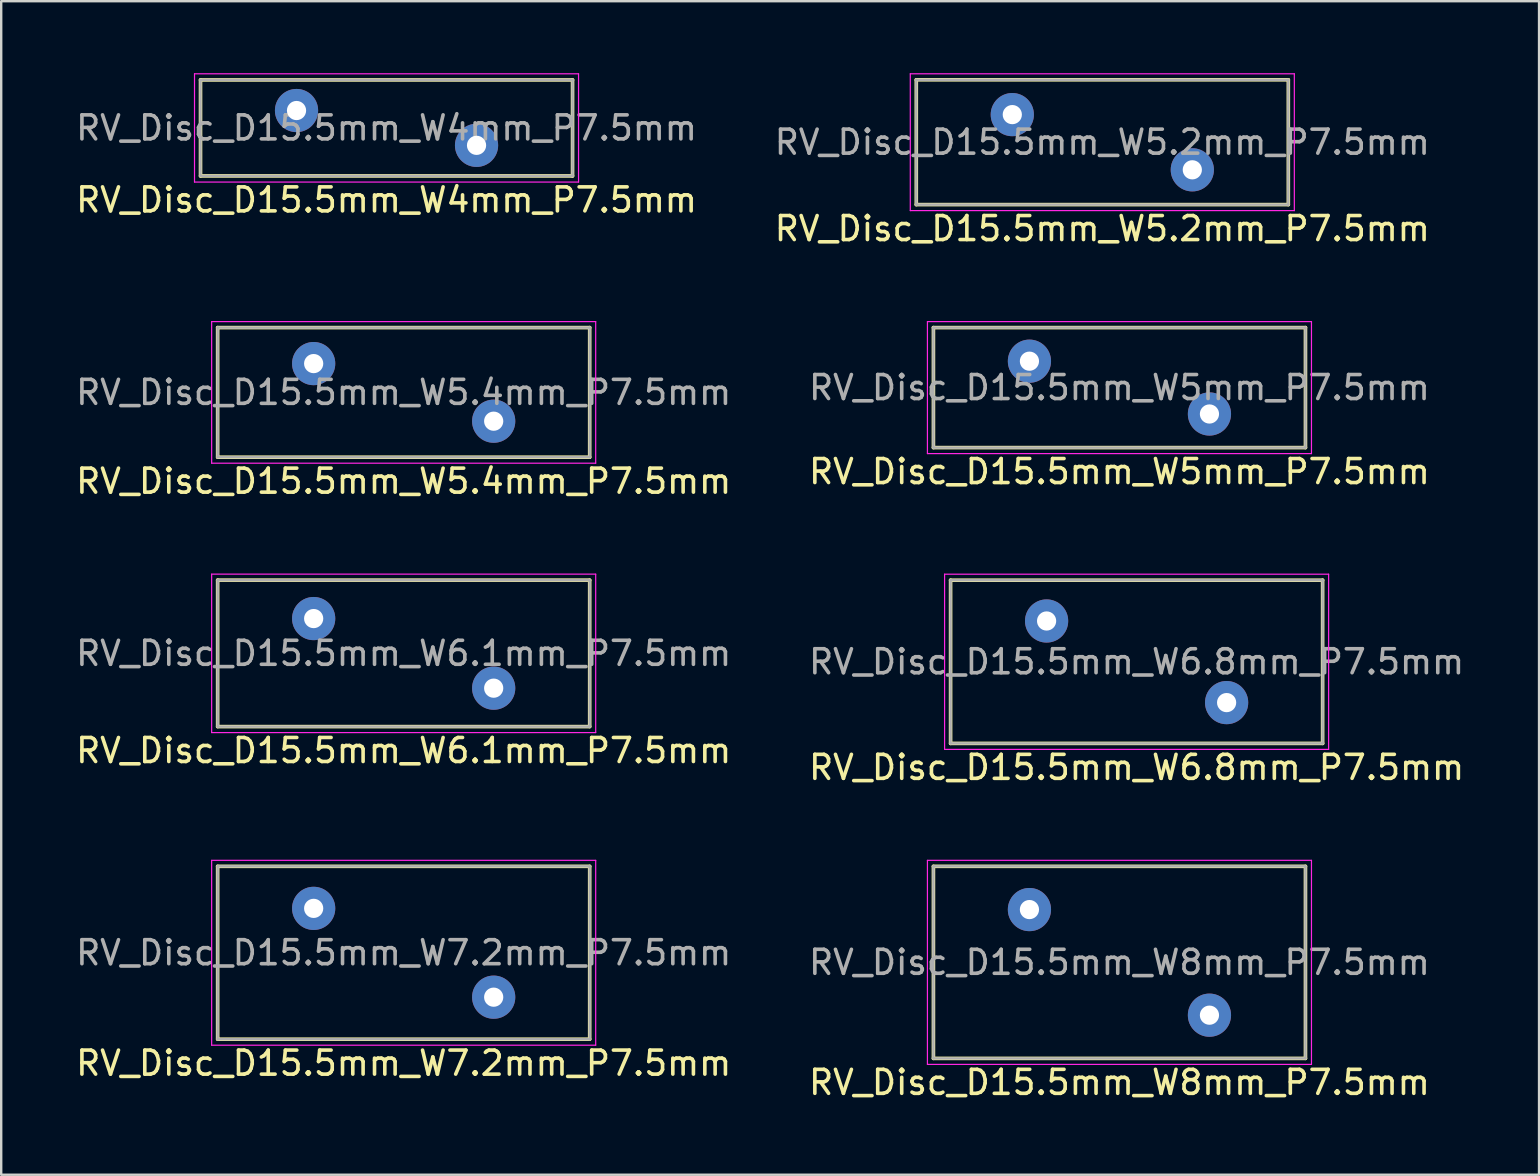
<source format=kicad_pcb>
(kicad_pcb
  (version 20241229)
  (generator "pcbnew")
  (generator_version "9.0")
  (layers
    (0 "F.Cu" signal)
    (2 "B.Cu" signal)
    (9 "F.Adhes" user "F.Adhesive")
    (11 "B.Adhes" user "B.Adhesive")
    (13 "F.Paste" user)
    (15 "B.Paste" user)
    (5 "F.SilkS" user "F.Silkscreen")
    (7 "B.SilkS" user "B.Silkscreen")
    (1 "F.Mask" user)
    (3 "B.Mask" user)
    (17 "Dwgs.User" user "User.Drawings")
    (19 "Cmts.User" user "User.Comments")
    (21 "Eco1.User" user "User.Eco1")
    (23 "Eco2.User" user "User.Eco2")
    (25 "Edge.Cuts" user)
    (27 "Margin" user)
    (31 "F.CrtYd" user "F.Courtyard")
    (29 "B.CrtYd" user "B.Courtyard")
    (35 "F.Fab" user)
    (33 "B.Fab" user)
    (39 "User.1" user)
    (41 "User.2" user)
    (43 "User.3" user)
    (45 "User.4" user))
  (footprint "RV_Disc_D15.5mm_W6.1mm_P7.5mm"
    (layer "F.Cu")
    (at 10.018 22.721)
    (property "Reference" "RV_Disc_D15.5mm_W6.1mm_P7.5mm" (at 3.75 5.5 0) (layer "F.SilkS") (effects (font (size 1 1) (thickness 0.15))))
    (attr through_hole)
    (fp_line (start -4 -1.6) (end -4 4.5) (stroke (width 0.15) (type solid)) (layer "F.SilkS"))
    (fp_line (start -4 -1.6) (end 11.5 -1.6) (stroke (width 0.15) (type solid)) (layer "F.SilkS"))
    (fp_line (start -4 4.5) (end 11.5 4.5) (stroke (width 0.15) (type solid)) (layer "F.SilkS"))
    (fp_line (start 11.5 -1.6) (end 11.5 4.5) (stroke (width 0.15) (type solid)) (layer "F.SilkS"))
    (fp_line (start -4.25 -1.85) (end -4.25 4.75) (stroke (width 0.05) (type solid)) (layer "F.CrtYd"))
    (fp_line (start -4.25 -1.85) (end 11.75 -1.85) (stroke (width 0.05) (type solid)) (layer "F.CrtYd"))
    (fp_line (start -4.25 4.75) (end 11.75 4.75) (stroke (width 0.05) (type solid)) (layer "F.CrtYd"))
    (fp_line (start 11.75 -1.85) (end 11.75 4.75) (stroke (width 0.05) (type solid)) (layer "F.CrtYd"))
    (fp_line (start -4 -1.6) (end -4 4.5) (stroke (width 0.1) (type solid)) (layer "F.Fab"))
    (fp_line (start -4 -1.6) (end 11.5 -1.6) (stroke (width 0.1) (type solid)) (layer "F.Fab"))
    (fp_line (start -4 4.5) (end 11.5 4.5) (stroke (width 0.1) (type solid)) (layer "F.Fab"))
    (fp_line (start 11.5 -1.6) (end 11.5 4.5) (stroke (width 0.1) (type solid)) (layer "F.Fab"))
    (fp_text user "${REFERENCE}" (at 3.75 1.45 0) (layer "F.Fab") (effects (font (size 1 1) (thickness 0.15))))
    (pad "1" thru_hole circle (at 0 0) (size 1.8 1.8) (drill 0.8) (layers "*.Cu" "*.Mask"))
    (pad "2" thru_hole circle (at 7.5 2.9) (size 1.8 1.8) (drill 0.8) (layers "*.Cu" "*.Mask")))
  (footprint "RV_Disc_D15.5mm_W7.2mm_P7.5mm"
    (layer "F.Cu")
    (at 10.018 34.795)
    (property "Reference" "RV_Disc_D15.5mm_W7.2mm_P7.5mm" (at 3.75 6.45 0) (layer "F.SilkS") (effects (font (size 1 1) (thickness 0.15))))
    (attr through_hole)
    (fp_line (start -4 -1.75) (end -4 5.45) (stroke (width 0.15) (type solid)) (layer "F.SilkS"))
    (fp_line (start -4 -1.75) (end 11.5 -1.75) (stroke (width 0.15) (type solid)) (layer "F.SilkS"))
    (fp_line (start -4 5.45) (end 11.5 5.45) (stroke (width 0.15) (type solid)) (layer "F.SilkS"))
    (fp_line (start 11.5 -1.75) (end 11.5 5.45) (stroke (width 0.15) (type solid)) (layer "F.SilkS"))
    (fp_line (start -4.25 -2) (end -4.25 5.7) (stroke (width 0.05) (type solid)) (layer "F.CrtYd"))
    (fp_line (start -4.25 -2) (end 11.75 -2) (stroke (width 0.05) (type solid)) (layer "F.CrtYd"))
    (fp_line (start -4.25 5.7) (end 11.75 5.7) (stroke (width 0.05) (type solid)) (layer "F.CrtYd"))
    (fp_line (start 11.75 -2) (end 11.75 5.7) (stroke (width 0.05) (type solid)) (layer "F.CrtYd"))
    (fp_line (start -4 -1.75) (end -4 5.45) (stroke (width 0.1) (type solid)) (layer "F.Fab"))
    (fp_line (start -4 -1.75) (end 11.5 -1.75) (stroke (width 0.1) (type solid)) (layer "F.Fab"))
    (fp_line (start -4 5.45) (end 11.5 5.45) (stroke (width 0.1) (type solid)) (layer "F.Fab"))
    (fp_line (start 11.5 -1.75) (end 11.5 5.45) (stroke (width 0.1) (type solid)) (layer "F.Fab"))
    (fp_text user "${REFERENCE}" (at 3.75 1.85 0) (layer "F.Fab") (effects (font (size 1 1) (thickness 0.15))))
    (pad "1" thru_hole circle (at 0 0) (size 1.8 1.8) (drill 0.8) (layers "*.Cu" "*.Mask"))
    (pad "2" thru_hole circle (at 7.5 3.7) (size 1.8 1.8) (drill 0.8) (layers "*.Cu" "*.Mask")))
  (footprint "RV_Disc_D15.5mm_W5.2mm_P7.5mm"
    (layer "F.Cu")
    (at 39.125 1.725)
    (property "Reference" "RV_Disc_D15.5mm_W5.2mm_P7.5mm" (at 3.75 4.75 0) (layer "F.SilkS") (effects (font (size 1 1) (thickness 0.15))))
    (attr through_hole)
    (fp_line (start -4 -1.45) (end -4 3.75) (stroke (width 0.15) (type solid)) (layer "F.SilkS"))
    (fp_line (start -4 -1.45) (end 11.5 -1.45) (stroke (width 0.15) (type solid)) (layer "F.SilkS"))
    (fp_line (start -4 3.75) (end 11.5 3.75) (stroke (width 0.15) (type solid)) (layer "F.SilkS"))
    (fp_line (start 11.5 -1.45) (end 11.5 3.75) (stroke (width 0.15) (type solid)) (layer "F.SilkS"))
    (fp_line (start -4.25 -1.7) (end -4.25 4) (stroke (width 0.05) (type solid)) (layer "F.CrtYd"))
    (fp_line (start -4.25 -1.7) (end 11.75 -1.7) (stroke (width 0.05) (type solid)) (layer "F.CrtYd"))
    (fp_line (start -4.25 4) (end 11.75 4) (stroke (width 0.05) (type solid)) (layer "F.CrtYd"))
    (fp_line (start 11.75 -1.7) (end 11.75 4) (stroke (width 0.05) (type solid)) (layer "F.CrtYd"))
    (fp_line (start -4 -1.45) (end -4 3.75) (stroke (width 0.1) (type solid)) (layer "F.Fab"))
    (fp_line (start -4 -1.45) (end 11.5 -1.45) (stroke (width 0.1) (type solid)) (layer "F.Fab"))
    (fp_line (start -4 3.75) (end 11.5 3.75) (stroke (width 0.1) (type solid)) (layer "F.Fab"))
    (fp_line (start 11.5 -1.45) (end 11.5 3.75) (stroke (width 0.1) (type solid)) (layer "F.Fab"))
    (fp_text user "${REFERENCE}" (at 3.75 1.15 0) (layer "F.Fab") (effects (font (size 1 1) (thickness 0.15))))
    (pad "1" thru_hole circle (at 0 0) (size 1.8 1.8) (drill 0.8) (layers "*.Cu" "*.Mask"))
    (pad "2" thru_hole circle (at 7.5 2.3) (size 1.8 1.8) (drill 0.8) (layers "*.Cu" "*.Mask")))
  (footprint "RV_Disc_D15.5mm_W6.8mm_P7.5mm"
    (layer "F.Cu")
    (at 40.554 22.822)
    (property "Reference" "RV_Disc_D15.5mm_W6.8mm_P7.5mm" (at 3.75 6.1 0) (layer "F.SilkS") (effects (font (size 1 1) (thickness 0.15))))
    (attr through_hole)
    (fp_line (start -4 -1.7) (end -4 5.1) (stroke (width 0.15) (type solid)) (layer "F.SilkS"))
    (fp_line (start -4 -1.7) (end 11.5 -1.7) (stroke (width 0.15) (type solid)) (layer "F.SilkS"))
    (fp_line (start -4 5.1) (end 11.5 5.1) (stroke (width 0.15) (type solid)) (layer "F.SilkS"))
    (fp_line (start 11.5 -1.7) (end 11.5 5.1) (stroke (width 0.15) (type solid)) (layer "F.SilkS"))
    (fp_line (start -4.25 -1.95) (end -4.25 5.35) (stroke (width 0.05) (type solid)) (layer "F.CrtYd"))
    (fp_line (start -4.25 -1.95) (end 11.75 -1.95) (stroke (width 0.05) (type solid)) (layer "F.CrtYd"))
    (fp_line (start -4.25 5.35) (end 11.75 5.35) (stroke (width 0.05) (type solid)) (layer "F.CrtYd"))
    (fp_line (start 11.75 -1.95) (end 11.75 5.35) (stroke (width 0.05) (type solid)) (layer "F.CrtYd"))
    (fp_line (start -4 -1.7) (end -4 5.1) (stroke (width 0.1) (type solid)) (layer "F.Fab"))
    (fp_line (start -4 -1.7) (end 11.5 -1.7) (stroke (width 0.1) (type solid)) (layer "F.Fab"))
    (fp_line (start -4 5.1) (end 11.5 5.1) (stroke (width 0.1) (type solid)) (layer "F.Fab"))
    (fp_line (start 11.5 -1.7) (end 11.5 5.1) (stroke (width 0.1) (type solid)) (layer "F.Fab"))
    (fp_text user "${REFERENCE}" (at 3.75 1.7 0) (layer "F.Fab") (effects (font (size 1 1) (thickness 0.15))))
    (pad "1" thru_hole circle (at 0 0) (size 1.8 1.8) (drill 0.8) (layers "*.Cu" "*.Mask"))
    (pad "2" thru_hole circle (at 7.5 3.4) (size 1.8 1.8) (drill 0.8) (layers "*.Cu" "*.Mask")))
  (footprint "RV_Disc_D15.5mm_W4mm_P7.5mm"
    (layer "F.Cu")
    (at 9.304 1.555)
    (property "Reference" "RV_Disc_D15.5mm_W4mm_P7.5mm" (at 3.75 3.725 0) (layer "F.SilkS") (effects (font (size 1 1) (thickness 0.15))))
    (attr through_hole)
    (fp_line (start -4 -1.275) (end -4 2.725) (stroke (width 0.15) (type solid)) (layer "F.SilkS"))
    (fp_line (start -4 -1.275) (end 11.5 -1.275) (stroke (width 0.15) (type solid)) (layer "F.SilkS"))
    (fp_line (start -4 2.725) (end 11.5 2.725) (stroke (width 0.15) (type solid)) (layer "F.SilkS"))
    (fp_line (start 11.5 -1.275) (end 11.5 2.725) (stroke (width 0.15) (type solid)) (layer "F.SilkS"))
    (fp_line (start -4.25 -1.53) (end -4.25 2.98) (stroke (width 0.05) (type solid)) (layer "F.CrtYd"))
    (fp_line (start -4.25 -1.53) (end 11.75 -1.53) (stroke (width 0.05) (type solid)) (layer "F.CrtYd"))
    (fp_line (start -4.25 2.98) (end 11.75 2.98) (stroke (width 0.05) (type solid)) (layer "F.CrtYd"))
    (fp_line (start 11.75 -1.53) (end 11.75 2.98) (stroke (width 0.05) (type solid)) (layer "F.CrtYd"))
    (fp_line (start -4 -1.275) (end -4 2.725) (stroke (width 0.1) (type solid)) (layer "F.Fab"))
    (fp_line (start -4 -1.275) (end 11.5 -1.275) (stroke (width 0.1) (type solid)) (layer "F.Fab"))
    (fp_line (start -4 2.725) (end 11.5 2.725) (stroke (width 0.1) (type solid)) (layer "F.Fab"))
    (fp_line (start 11.5 -1.275) (end 11.5 2.725) (stroke (width 0.1) (type solid)) (layer "F.Fab"))
    (fp_text user "${REFERENCE}" (at 3.75 0.725 0) (layer "F.Fab") (effects (font (size 1 1) (thickness 0.15))))
    (pad "1" thru_hole circle (at 0 0) (size 1.8 1.8) (drill 0.8) (layers "*.Cu" "*.Mask"))
    (pad "2" thru_hole circle (at 7.5 1.45) (size 1.8 1.8) (drill 0.8) (layers "*.Cu" "*.Mask")))
  (footprint "RV_Disc_D15.5mm_W8mm_P7.5mm"
    (layer "F.Cu")
    (at 39.839 34.845)
    (property "Reference" "RV_Disc_D15.5mm_W8mm_P7.5mm" (at 3.75 7.2 0) (layer "F.SilkS") (effects (font (size 1 1) (thickness 0.15))))
    (attr through_hole)
    (fp_line (start -4 -1.8) (end -4 6.2) (stroke (width 0.15) (type solid)) (layer "F.SilkS"))
    (fp_line (start -4 -1.8) (end 11.5 -1.8) (stroke (width 0.15) (type solid)) (layer "F.SilkS"))
    (fp_line (start -4 6.2) (end 11.5 6.2) (stroke (width 0.15) (type solid)) (layer "F.SilkS"))
    (fp_line (start 11.5 -1.8) (end 11.5 6.2) (stroke (width 0.15) (type solid)) (layer "F.SilkS"))
    (fp_line (start -4.25 -2.05) (end -4.25 6.45) (stroke (width 0.05) (type solid)) (layer "F.CrtYd"))
    (fp_line (start -4.25 -2.05) (end 11.75 -2.05) (stroke (width 0.05) (type solid)) (layer "F.CrtYd"))
    (fp_line (start -4.25 6.45) (end 11.75 6.45) (stroke (width 0.05) (type solid)) (layer "F.CrtYd"))
    (fp_line (start 11.75 -2.05) (end 11.75 6.45) (stroke (width 0.05) (type solid)) (layer "F.CrtYd"))
    (fp_line (start -4 -1.8) (end -4 6.2) (stroke (width 0.1) (type solid)) (layer "F.Fab"))
    (fp_line (start -4 -1.8) (end 11.5 -1.8) (stroke (width 0.1) (type solid)) (layer "F.Fab"))
    (fp_line (start -4 6.2) (end 11.5 6.2) (stroke (width 0.1) (type solid)) (layer "F.Fab"))
    (fp_line (start 11.5 -1.8) (end 11.5 6.2) (stroke (width 0.1) (type solid)) (layer "F.Fab"))
    (fp_text user "${REFERENCE}" (at 3.75 2.2 0) (layer "F.Fab") (effects (font (size 1 1) (thickness 0.15))))
    (pad "1" thru_hole circle (at 0 0) (size 1.8 1.8) (drill 0.8) (layers "*.Cu" "*.Mask"))
    (pad "2" thru_hole circle (at 7.5 4.4) (size 1.8 1.8) (drill 0.8) (layers "*.Cu" "*.Mask")))
  (footprint "RV_Disc_D15.5mm_W5mm_P7.5mm"
    (layer "F.Cu")
    (at 39.839 11.998)
    (property "Reference" "RV_Disc_D15.5mm_W5mm_P7.5mm" (at 3.75 4.6 0) (layer "F.SilkS") (effects (font (size 1 1) (thickness 0.15))))
    (attr through_hole)
    (fp_line (start -4 -1.4) (end -4 3.6) (stroke (width 0.15) (type solid)) (layer "F.SilkS"))
    (fp_line (start -4 -1.4) (end 11.5 -1.4) (stroke (width 0.15) (type solid)) (layer "F.SilkS"))
    (fp_line (start -4 3.6) (end 11.5 3.6) (stroke (width 0.15) (type solid)) (layer "F.SilkS"))
    (fp_line (start 11.5 -1.4) (end 11.5 3.6) (stroke (width 0.15) (type solid)) (layer "F.SilkS"))
    (fp_line (start -4.25 -1.65) (end -4.25 3.85) (stroke (width 0.05) (type solid)) (layer "F.CrtYd"))
    (fp_line (start -4.25 -1.65) (end 11.75 -1.65) (stroke (width 0.05) (type solid)) (layer "F.CrtYd"))
    (fp_line (start -4.25 3.85) (end 11.75 3.85) (stroke (width 0.05) (type solid)) (layer "F.CrtYd"))
    (fp_line (start 11.75 -1.65) (end 11.75 3.85) (stroke (width 0.05) (type solid)) (layer "F.CrtYd"))
    (fp_line (start -4 -1.4) (end -4 3.6) (stroke (width 0.1) (type solid)) (layer "F.Fab"))
    (fp_line (start -4 -1.4) (end 11.5 -1.4) (stroke (width 0.1) (type solid)) (layer "F.Fab"))
    (fp_line (start -4 3.6) (end 11.5 3.6) (stroke (width 0.1) (type solid)) (layer "F.Fab"))
    (fp_line (start 11.5 -1.4) (end 11.5 3.6) (stroke (width 0.1) (type solid)) (layer "F.Fab"))
    (fp_text user "${REFERENCE}" (at 3.75 1.1 0) (layer "F.Fab") (effects (font (size 1 1) (thickness 0.15))))
    (pad "1" thru_hole circle (at 0 0) (size 1.8 1.8) (drill 0.8) (layers "*.Cu" "*.Mask"))
    (pad "2" thru_hole circle (at 7.5 2.2) (size 1.8 1.8) (drill 0.8) (layers "*.Cu" "*.Mask")))
  (footprint "RV_Disc_D15.5mm_W5.4mm_P7.5mm"
    (layer "F.Cu")
    (at 10.018 12.098)
    (property "Reference" "RV_Disc_D15.5mm_W5.4mm_P7.5mm" (at 3.75 4.9 0) (layer "F.SilkS") (effects (font (size 1 1) (thickness 0.15))))
    (attr through_hole)
    (fp_line (start -4 -1.5) (end -4 3.9) (stroke (width 0.15) (type solid)) (layer "F.SilkS"))
    (fp_line (start -4 -1.5) (end 11.5 -1.5) (stroke (width 0.15) (type solid)) (layer "F.SilkS"))
    (fp_line (start -4 3.9) (end 11.5 3.9) (stroke (width 0.15) (type solid)) (layer "F.SilkS"))
    (fp_line (start 11.5 -1.5) (end 11.5 3.9) (stroke (width 0.15) (type solid)) (layer "F.SilkS"))
    (fp_line (start -4.25 -1.75) (end -4.25 4.15) (stroke (width 0.05) (type solid)) (layer "F.CrtYd"))
    (fp_line (start -4.25 -1.75) (end 11.75 -1.75) (stroke (width 0.05) (type solid)) (layer "F.CrtYd"))
    (fp_line (start -4.25 4.15) (end 11.75 4.15) (stroke (width 0.05) (type solid)) (layer "F.CrtYd"))
    (fp_line (start 11.75 -1.75) (end 11.75 4.15) (stroke (width 0.05) (type solid)) (layer "F.CrtYd"))
    (fp_line (start -4 -1.5) (end -4 3.9) (stroke (width 0.1) (type solid)) (layer "F.Fab"))
    (fp_line (start -4 -1.5) (end 11.5 -1.5) (stroke (width 0.1) (type solid)) (layer "F.Fab"))
    (fp_line (start -4 3.9) (end 11.5 3.9) (stroke (width 0.1) (type solid)) (layer "F.Fab"))
    (fp_line (start 11.5 -1.5) (end 11.5 3.9) (stroke (width 0.1) (type solid)) (layer "F.Fab"))
    (fp_text user "${REFERENCE}" (at 3.75 1.2 0) (layer "F.Fab") (effects (font (size 1 1) (thickness 0.15))))
    (pad "1" thru_hole circle (at 0 0) (size 1.8 1.8) (drill 0.8) (layers "*.Cu" "*.Mask"))
    (pad "2" thru_hole circle (at 7.5 2.4) (size 1.8 1.8) (drill 0.8) (layers "*.Cu" "*.Mask")))
  (gr_rect
    (start -3 -3)
    (end 61.071 45.893)
    (stroke (width 0.1) (type default))
    (fill no)
    (layer "Edge.Cuts")))
</source>
